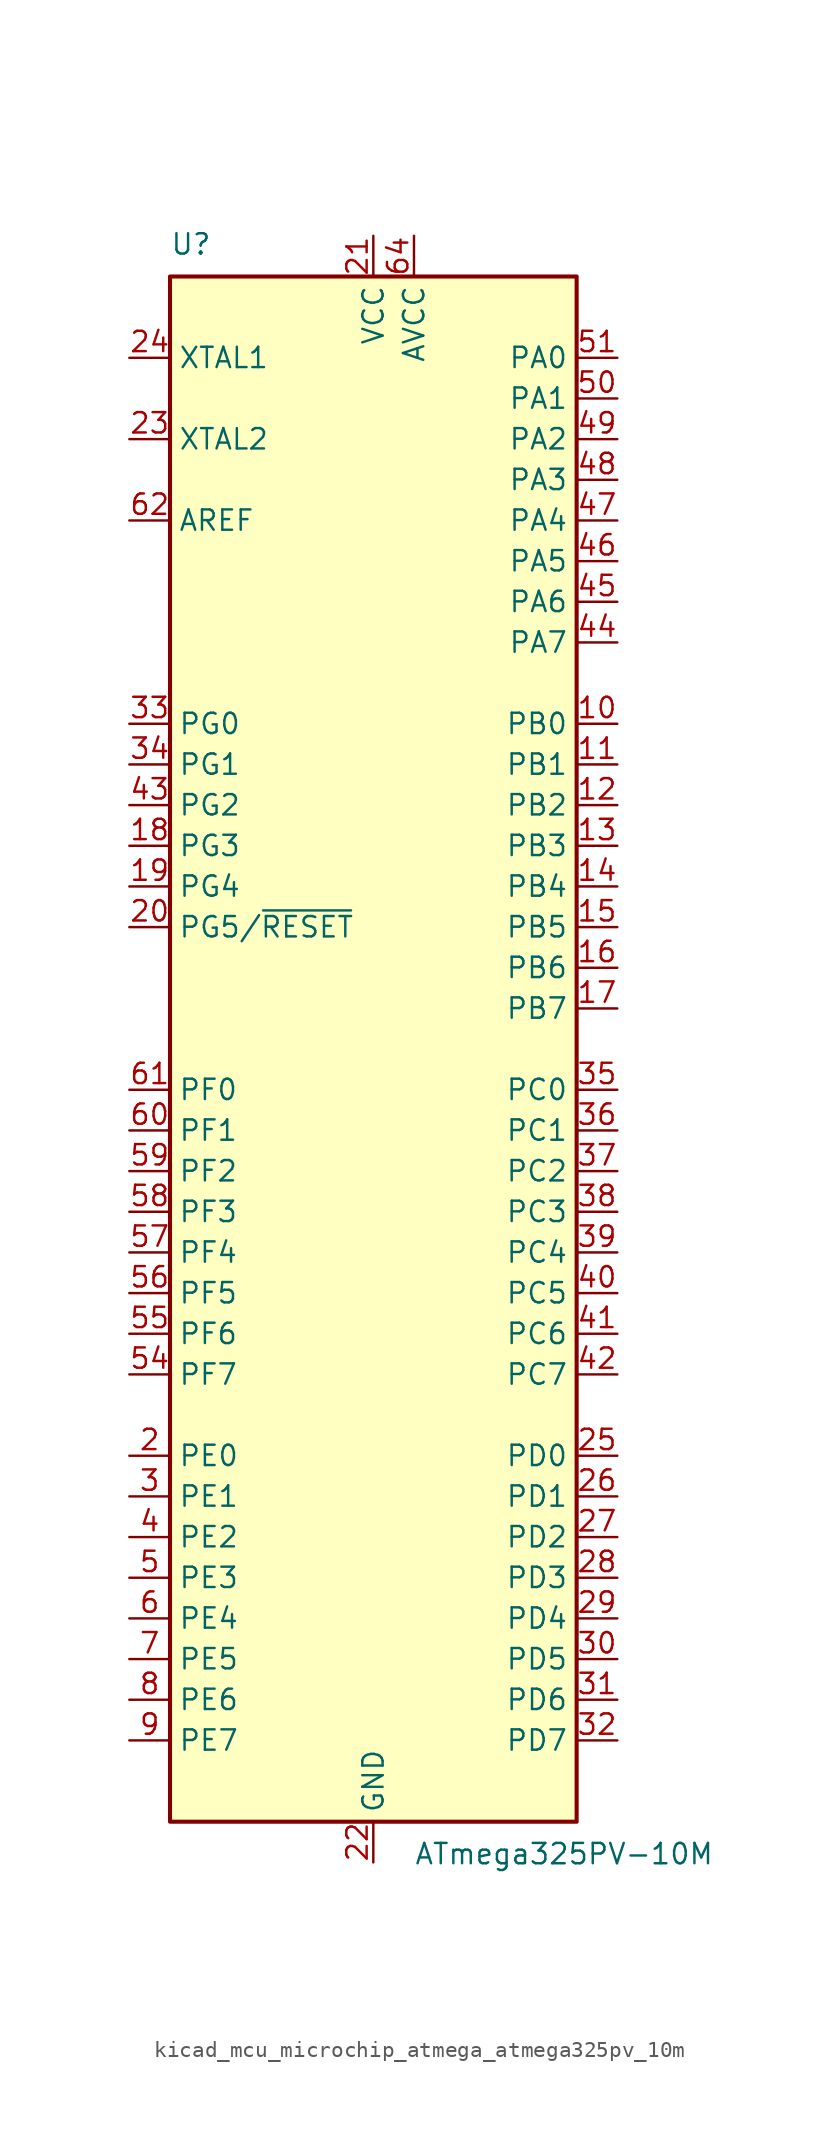
<source format=kicad_sym>
(kicad_symbol_lib
  (version 20220914)
  (generator kicad_symbol_editor)
  (symbol "kicad_mcu_microchip_atmega_atmega325pv_10m"
    (property "Reference" "U"
      (at -12.7 49.53 0)
      (effects (font (size 1.27 1.27)) (justify left bottom)))
    (property "Value" "ATmega325PV-10M"
      (at 2.54 -49.53 0)
      (effects (font (size 1.27 1.27)) (justify left top)))
    (symbol "kicad_mcu_microchip_atmega_atmega325pv_10m_0_1"
      (rectangle (start -12.7 -48.26) (end 12.7 48.26) (stroke (width 0.254) (type default)) (fill (type background))))
    (symbol "kicad_mcu_microchip_atmega_atmega325pv_10m_1_1"
      (pin no_connect line (at -12.7 -45.72 0) (length 2.54) hide (name "NC" (effects (font (size 1.27 1.27)))) (number "1" (effects (font (size 1.27 1.27)))))
      (pin bidirectional line (at 15.24 20.32 180) (length 2.54) (name "PB0" (effects (font (size 1.27 1.27)))) (number "10" (effects (font (size 1.27 1.27)))))
      (pin bidirectional line (at 15.24 17.78 180) (length 2.54) (name "PB1" (effects (font (size 1.27 1.27)))) (number "11" (effects (font (size 1.27 1.27)))))
      (pin bidirectional line (at 15.24 15.24 180) (length 2.54) (name "PB2" (effects (font (size 1.27 1.27)))) (number "12" (effects (font (size 1.27 1.27)))))
      (pin bidirectional line (at 15.24 12.7 180) (length 2.54) (name "PB3" (effects (font (size 1.27 1.27)))) (number "13" (effects (font (size 1.27 1.27)))))
      (pin bidirectional line (at 15.24 10.16 180) (length 2.54) (name "PB4" (effects (font (size 1.27 1.27)))) (number "14" (effects (font (size 1.27 1.27)))))
      (pin bidirectional line (at 15.24 7.62 180) (length 2.54) (name "PB5" (effects (font (size 1.27 1.27)))) (number "15" (effects (font (size 1.27 1.27)))))
      (pin bidirectional line (at 15.24 5.08 180) (length 2.54) (name "PB6" (effects (font (size 1.27 1.27)))) (number "16" (effects (font (size 1.27 1.27)))))
      (pin bidirectional line (at 15.24 2.54 180) (length 2.54) (name "PB7" (effects (font (size 1.27 1.27)))) (number "17" (effects (font (size 1.27 1.27)))))
      (pin bidirectional line (at -15.24 12.7 0) (length 2.54) (name "PG3" (effects (font (size 1.27 1.27)))) (number "18" (effects (font (size 1.27 1.27)))))
      (pin bidirectional line (at -15.24 10.16 0) (length 2.54) (name "PG4" (effects (font (size 1.27 1.27)))) (number "19" (effects (font (size 1.27 1.27)))))
      (pin bidirectional line (at -15.24 -25.4 0) (length 2.54) (name "PE0" (effects (font (size 1.27 1.27)))) (number "2" (effects (font (size 1.27 1.27)))))
      (pin bidirectional line (at -15.24 7.62 0) (length 2.54) (name "PG5/~{RESET}" (effects (font (size 1.27 1.27)))) (number "20" (effects (font (size 1.27 1.27)))))
      (pin power_in line (at 0 50.8 270) (length 2.54) (name "VCC" (effects (font (size 1.27 1.27)))) (number "21" (effects (font (size 1.27 1.27)))))
      (pin power_in line (at 0 -50.8 90) (length 2.54) (name "GND" (effects (font (size 1.27 1.27)))) (number "22" (effects (font (size 1.27 1.27)))))
      (pin output line (at -15.24 38.1 0) (length 2.54) (name "XTAL2" (effects (font (size 1.27 1.27)))) (number "23" (effects (font (size 1.27 1.27)))))
      (pin input line (at -15.24 43.18 0) (length 2.54) (name "XTAL1" (effects (font (size 1.27 1.27)))) (number "24" (effects (font (size 1.27 1.27)))))
      (pin bidirectional line (at 15.24 -25.4 180) (length 2.54) (name "PD0" (effects (font (size 1.27 1.27)))) (number "25" (effects (font (size 1.27 1.27)))))
      (pin bidirectional line (at 15.24 -27.94 180) (length 2.54) (name "PD1" (effects (font (size 1.27 1.27)))) (number "26" (effects (font (size 1.27 1.27)))))
      (pin bidirectional line (at 15.24 -30.48 180) (length 2.54) (name "PD2" (effects (font (size 1.27 1.27)))) (number "27" (effects (font (size 1.27 1.27)))))
      (pin bidirectional line (at 15.24 -33.02 180) (length 2.54) (name "PD3" (effects (font (size 1.27 1.27)))) (number "28" (effects (font (size 1.27 1.27)))))
      (pin bidirectional line (at 15.24 -35.56 180) (length 2.54) (name "PD4" (effects (font (size 1.27 1.27)))) (number "29" (effects (font (size 1.27 1.27)))))
      (pin bidirectional line (at -15.24 -27.94 0) (length 2.54) (name "PE1" (effects (font (size 1.27 1.27)))) (number "3" (effects (font (size 1.27 1.27)))))
      (pin bidirectional line (at 15.24 -38.1 180) (length 2.54) (name "PD5" (effects (font (size 1.27 1.27)))) (number "30" (effects (font (size 1.27 1.27)))))
      (pin bidirectional line (at 15.24 -40.64 180) (length 2.54) (name "PD6" (effects (font (size 1.27 1.27)))) (number "31" (effects (font (size 1.27 1.27)))))
      (pin bidirectional line (at 15.24 -43.18 180) (length 2.54) (name "PD7" (effects (font (size 1.27 1.27)))) (number "32" (effects (font (size 1.27 1.27)))))
      (pin bidirectional line (at -15.24 20.32 0) (length 2.54) (name "PG0" (effects (font (size 1.27 1.27)))) (number "33" (effects (font (size 1.27 1.27)))))
      (pin bidirectional line (at -15.24 17.78 0) (length 2.54) (name "PG1" (effects (font (size 1.27 1.27)))) (number "34" (effects (font (size 1.27 1.27)))))
      (pin bidirectional line (at 15.24 -2.54 180) (length 2.54) (name "PC0" (effects (font (size 1.27 1.27)))) (number "35" (effects (font (size 1.27 1.27)))))
      (pin bidirectional line (at 15.24 -5.08 180) (length 2.54) (name "PC1" (effects (font (size 1.27 1.27)))) (number "36" (effects (font (size 1.27 1.27)))))
      (pin bidirectional line (at 15.24 -7.62 180) (length 2.54) (name "PC2" (effects (font (size 1.27 1.27)))) (number "37" (effects (font (size 1.27 1.27)))))
      (pin bidirectional line (at 15.24 -10.16 180) (length 2.54) (name "PC3" (effects (font (size 1.27 1.27)))) (number "38" (effects (font (size 1.27 1.27)))))
      (pin bidirectional line (at 15.24 -12.7 180) (length 2.54) (name "PC4" (effects (font (size 1.27 1.27)))) (number "39" (effects (font (size 1.27 1.27)))))
      (pin bidirectional line (at -15.24 -30.48 0) (length 2.54) (name "PE2" (effects (font (size 1.27 1.27)))) (number "4" (effects (font (size 1.27 1.27)))))
      (pin bidirectional line (at 15.24 -15.24 180) (length 2.54) (name "PC5" (effects (font (size 1.27 1.27)))) (number "40" (effects (font (size 1.27 1.27)))))
      (pin bidirectional line (at 15.24 -17.78 180) (length 2.54) (name "PC6" (effects (font (size 1.27 1.27)))) (number "41" (effects (font (size 1.27 1.27)))))
      (pin bidirectional line (at 15.24 -20.32 180) (length 2.54) (name "PC7" (effects (font (size 1.27 1.27)))) (number "42" (effects (font (size 1.27 1.27)))))
      (pin bidirectional line (at -15.24 15.24 0) (length 2.54) (name "PG2" (effects (font (size 1.27 1.27)))) (number "43" (effects (font (size 1.27 1.27)))))
      (pin bidirectional line (at 15.24 25.4 180) (length 2.54) (name "PA7" (effects (font (size 1.27 1.27)))) (number "44" (effects (font (size 1.27 1.27)))))
      (pin bidirectional line (at 15.24 27.94 180) (length 2.54) (name "PA6" (effects (font (size 1.27 1.27)))) (number "45" (effects (font (size 1.27 1.27)))))
      (pin bidirectional line (at 15.24 30.48 180) (length 2.54) (name "PA5" (effects (font (size 1.27 1.27)))) (number "46" (effects (font (size 1.27 1.27)))))
      (pin bidirectional line (at 15.24 33.02 180) (length 2.54) (name "PA4" (effects (font (size 1.27 1.27)))) (number "47" (effects (font (size 1.27 1.27)))))
      (pin bidirectional line (at 15.24 35.56 180) (length 2.54) (name "PA3" (effects (font (size 1.27 1.27)))) (number "48" (effects (font (size 1.27 1.27)))))
      (pin bidirectional line (at 15.24 38.1 180) (length 2.54) (name "PA2" (effects (font (size 1.27 1.27)))) (number "49" (effects (font (size 1.27 1.27)))))
      (pin bidirectional line (at -15.24 -33.02 0) (length 2.54) (name "PE3" (effects (font (size 1.27 1.27)))) (number "5" (effects (font (size 1.27 1.27)))))
      (pin bidirectional line (at 15.24 40.64 180) (length 2.54) (name "PA1" (effects (font (size 1.27 1.27)))) (number "50" (effects (font (size 1.27 1.27)))))
      (pin bidirectional line (at 15.24 43.18 180) (length 2.54) (name "PA0" (effects (font (size 1.27 1.27)))) (number "51" (effects (font (size 1.27 1.27)))))
      (pin passive line (at 0 50.8 270) (length 2.54) hide (name "VCC" (effects (font (size 1.27 1.27)))) (number "52" (effects (font (size 1.27 1.27)))))
      (pin passive line (at 0 -50.8 90) (length 2.54) hide (name "GND" (effects (font (size 1.27 1.27)))) (number "53" (effects (font (size 1.27 1.27)))))
      (pin bidirectional line (at -15.24 -20.32 0) (length 2.54) (name "PF7" (effects (font (size 1.27 1.27)))) (number "54" (effects (font (size 1.27 1.27)))))
      (pin bidirectional line (at -15.24 -17.78 0) (length 2.54) (name "PF6" (effects (font (size 1.27 1.27)))) (number "55" (effects (font (size 1.27 1.27)))))
      (pin bidirectional line (at -15.24 -15.24 0) (length 2.54) (name "PF5" (effects (font (size 1.27 1.27)))) (number "56" (effects (font (size 1.27 1.27)))))
      (pin bidirectional line (at -15.24 -12.7 0) (length 2.54) (name "PF4" (effects (font (size 1.27 1.27)))) (number "57" (effects (font (size 1.27 1.27)))))
      (pin bidirectional line (at -15.24 -10.16 0) (length 2.54) (name "PF3" (effects (font (size 1.27 1.27)))) (number "58" (effects (font (size 1.27 1.27)))))
      (pin bidirectional line (at -15.24 -7.62 0) (length 2.54) (name "PF2" (effects (font (size 1.27 1.27)))) (number "59" (effects (font (size 1.27 1.27)))))
      (pin bidirectional line (at -15.24 -35.56 0) (length 2.54) (name "PE4" (effects (font (size 1.27 1.27)))) (number "6" (effects (font (size 1.27 1.27)))))
      (pin bidirectional line (at -15.24 -5.08 0) (length 2.54) (name "PF1" (effects (font (size 1.27 1.27)))) (number "60" (effects (font (size 1.27 1.27)))))
      (pin bidirectional line (at -15.24 -2.54 0) (length 2.54) (name "PF0" (effects (font (size 1.27 1.27)))) (number "61" (effects (font (size 1.27 1.27)))))
      (pin passive line (at -15.24 33.02 0) (length 2.54) (name "AREF" (effects (font (size 1.27 1.27)))) (number "62" (effects (font (size 1.27 1.27)))))
      (pin passive line (at 0 -50.8 90) (length 2.54) hide (name "GND" (effects (font (size 1.27 1.27)))) (number "63" (effects (font (size 1.27 1.27)))))
      (pin power_in line (at 2.54 50.8 270) (length 2.54) (name "AVCC" (effects (font (size 1.27 1.27)))) (number "64" (effects (font (size 1.27 1.27)))))
      (pin passive line (at 0 -50.8 90) (length 2.54) hide (name "GND" (effects (font (size 1.27 1.27)))) (number "65" (effects (font (size 1.27 1.27)))))
      (pin bidirectional line (at -15.24 -38.1 0) (length 2.54) (name "PE5" (effects (font (size 1.27 1.27)))) (number "7" (effects (font (size 1.27 1.27)))))
      (pin bidirectional line (at -15.24 -40.64 0) (length 2.54) (name "PE6" (effects (font (size 1.27 1.27)))) (number "8" (effects (font (size 1.27 1.27)))))
      (pin bidirectional line (at -15.24 -43.18 0) (length 2.54) (name "PE7" (effects (font (size 1.27 1.27)))) (number "9" (effects (font (size 1.27 1.27))))))))
</source>
